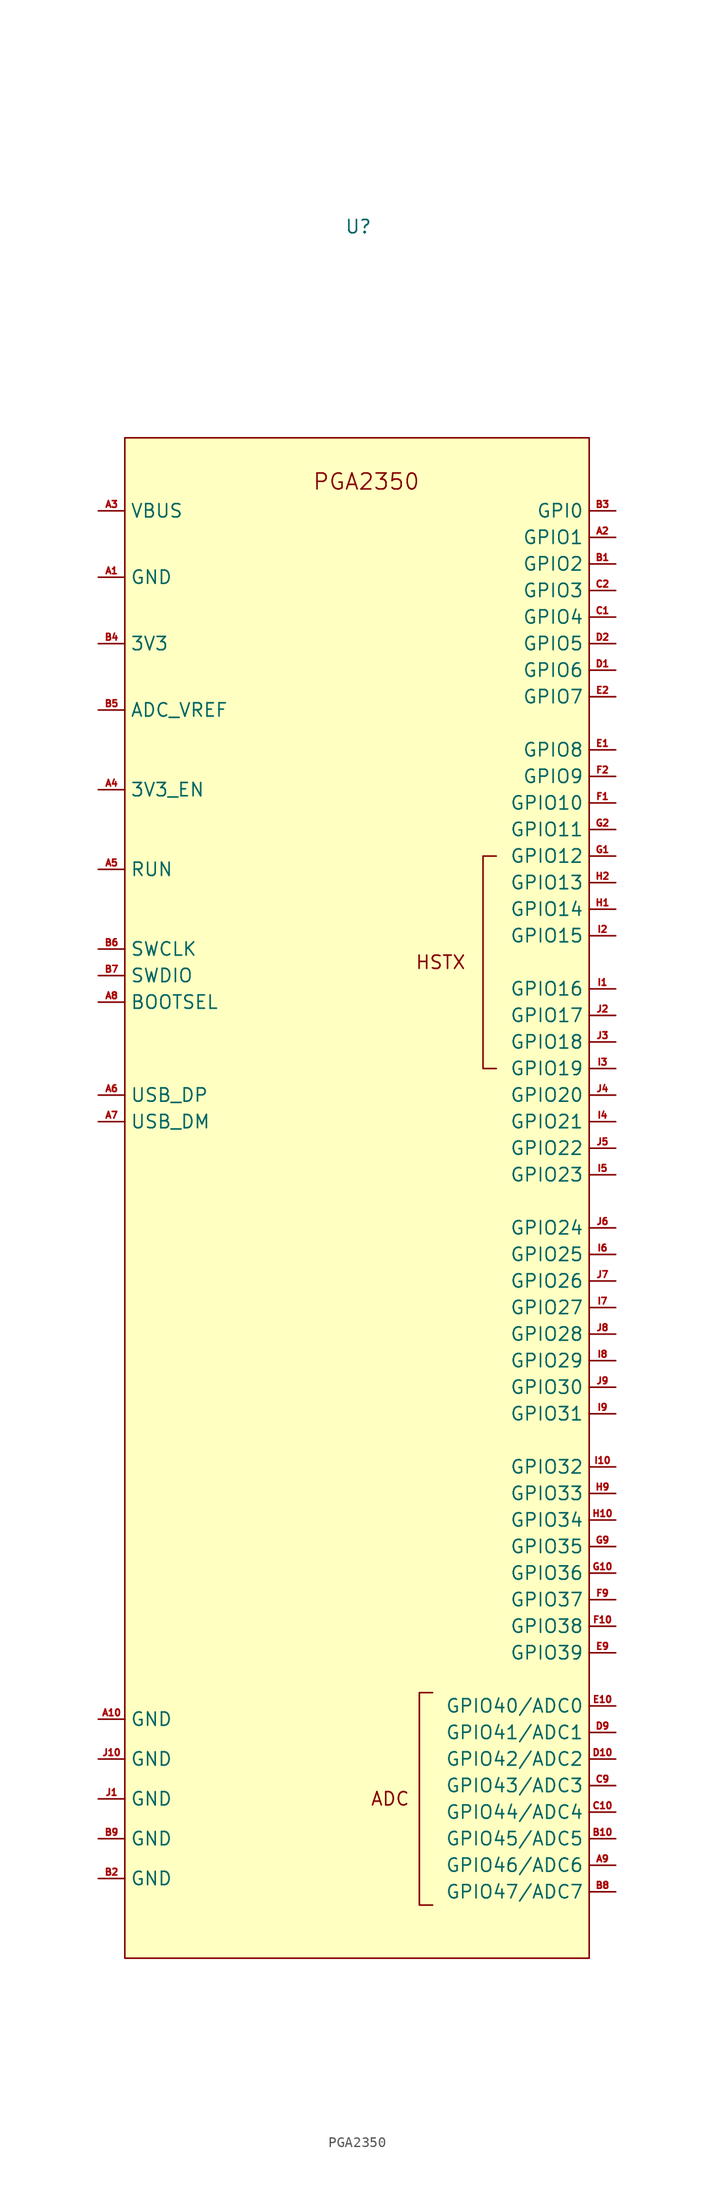
<source format=kicad_sym>
(kicad_symbol_lib
  (version 20231120)
  (generator "kicad_symbol_editor")
  (generator_version "8.0")
  (symbol "PGA2350"
    (property "Reference" "U"
      (at -0.508 95.758 0)
      (effects (font (size 1.27 1.27))))
    (property "Value" ""
      (at 10.16 73.66 0)
      (effects (font (size 1.27 1.27))))
    (symbol "PGA2350_0_1"
      (polyline (pts (xy 6.604 -64.77) (xy 5.334 -64.77) (xy 5.334 -44.45) (xy 6.604 -44.45)) (stroke (width 0) (type default)) (fill (type none)))
      (polyline (pts (xy 12.7 35.56) (xy 11.43 35.56) (xy 11.43 15.24) (xy 12.7 15.24)) (stroke (width 0) (type default)) (fill (type none))))
    (symbol "PGA2350_1_0"
      (pin power_in line (at -25.4 62.23 0) (length 2.54) (name "GND" (effects (font (size 1.27 1.27)))) (number "A1" (effects (font (size 0.635 0.635)))))
      (pin power_in line (at -25.4 -46.99 0) (length 2.54) (name "GND" (effects (font (size 1.27 1.27)))) (number "A10" (effects (font (size 0.635 0.635)))))
      (pin bidirectional line (at 24.13 66.04 180) (length 2.54) (name "GPIO1" (effects (font (size 1.27 1.27)))) (number "A2" (effects (font (size 0.635 0.635)))))
      (pin power_in line (at -25.4 68.58 0) (length 2.54) (name "VBUS" (effects (font (size 1.27 1.27)))) (number "A3" (effects (font (size 0.635 0.635)))))
      (pin input line (at -25.4 41.91 0) (length 2.54) (name "3V3_EN" (effects (font (size 1.27 1.27)))) (number "A4" (effects (font (size 0.635 0.635)))))
      (pin input line (at -25.4 34.29 0) (length 2.54) (name "RUN" (effects (font (size 1.27 1.27)))) (number "A5" (effects (font (size 0.635 0.635)))))
      (pin bidirectional line (at -25.4 12.7 0) (length 2.54) (name "USB_DP" (effects (font (size 1.27 1.27)))) (number "A6" (effects (font (size 0.635 0.635)))))
      (pin bidirectional line (at -25.4 10.16 0) (length 2.54) (name "USB_DM" (effects (font (size 1.27 1.27)))) (number "A7" (effects (font (size 0.635 0.635)))))
      (pin input line (at -25.4 21.59 0) (length 2.54) (name "BOOTSEL" (effects (font (size 1.27 1.27)))) (number "A8" (effects (font (size 0.635 0.635)))))
      (pin bidirectional line (at 24.13 -60.96 180) (length 2.54) (name "GPIO46/ADC6" (effects (font (size 1.27 1.27)))) (number "A9" (effects (font (size 0.635 0.635)))))
      (pin bidirectional line (at 24.13 63.5 180) (length 2.54) (name "GPIO2" (effects (font (size 1.27 1.27)))) (number "B1" (effects (font (size 0.635 0.635)))))
      (pin bidirectional line (at 24.13 -58.42 180) (length 2.54) (name "GPIO45/ADC5" (effects (font (size 1.27 1.27)))) (number "B10" (effects (font (size 0.635 0.635)))))
      (pin power_in line (at -25.4 -62.23 0) (length 2.54) (name "GND" (effects (font (size 1.27 1.27)))) (number "B2" (effects (font (size 0.635 0.635)))))
      (pin power_out line (at -25.4 55.88 0) (length 2.54) (name "3V3" (effects (font (size 1.27 1.27)))) (number "B4" (effects (font (size 0.635 0.635)))))
      (pin power_in line (at -25.4 49.53 0) (length 2.54) (name "ADC_VREF" (effects (font (size 1.27 1.27)))) (number "B5" (effects (font (size 0.635 0.635)))))
      (pin input line (at -25.4 26.67 0) (length 2.54) (name "SWCLK" (effects (font (size 1.27 1.27)))) (number "B6" (effects (font (size 0.635 0.635)))))
      (pin bidirectional line (at -25.4 24.13 0) (length 2.54) (name "SWDIO" (effects (font (size 1.27 1.27)))) (number "B7" (effects (font (size 0.635 0.635)))))
      (pin input line (at 24.13 -63.5 180) (length 2.54) (name "GPIO47/ADC7" (effects (font (size 1.27 1.27)))) (number "B8" (effects (font (size 0.635 0.635)))))
      (pin power_in line (at -25.4 -58.42 0) (length 2.54) (name "GND" (effects (font (size 1.27 1.27)))) (number "B9" (effects (font (size 0.635 0.635)))))
      (pin bidirectional line (at 24.13 58.42 180) (length 2.54) (name "GPIO4" (effects (font (size 1.27 1.27)))) (number "C1" (effects (font (size 0.635 0.635)))))
      (pin bidirectional line (at 24.13 -55.88 180) (length 2.54) (name "GPIO44/ADC4" (effects (font (size 1.27 1.27)))) (number "C10" (effects (font (size 0.635 0.635)))))
      (pin bidirectional line (at 24.13 60.96 180) (length 2.54) (name "GPIO3" (effects (font (size 1.27 1.27)))) (number "C2" (effects (font (size 0.635 0.635)))))
      (pin bidirectional line (at 24.13 -53.34 180) (length 2.54) (name "GPIO43/ADC3" (effects (font (size 1.27 1.27)))) (number "C9" (effects (font (size 0.635 0.635)))))
      (pin bidirectional line (at 24.13 53.34 180) (length 2.54) (name "GPIO6" (effects (font (size 1.27 1.27)))) (number "D1" (effects (font (size 0.635 0.635)))))
      (pin bidirectional line (at 24.13 -50.8 180) (length 2.54) (name "GPIO42/ADC2" (effects (font (size 1.27 1.27)))) (number "D10" (effects (font (size 0.635 0.635)))))
      (pin bidirectional line (at 24.13 55.88 180) (length 2.54) (name "GPIO5" (effects (font (size 1.27 1.27)))) (number "D2" (effects (font (size 0.635 0.635)))))
      (pin bidirectional line (at 24.13 -48.26 180) (length 2.54) (name "GPIO41/ADC1" (effects (font (size 1.27 1.27)))) (number "D9" (effects (font (size 0.635 0.635)))))
      (pin bidirectional line (at 24.13 45.72 180) (length 2.54) (name "GPIO8" (effects (font (size 1.27 1.27)))) (number "E1" (effects (font (size 0.635 0.635)))))
      (pin bidirectional line (at 24.13 -45.72 180) (length 2.54) (name "GPIO40/ADC0" (effects (font (size 1.27 1.27)))) (number "E10" (effects (font (size 0.635 0.635)))))
      (pin bidirectional line (at 24.13 50.8 180) (length 2.54) (name "GPIO7" (effects (font (size 1.27 1.27)))) (number "E2" (effects (font (size 0.635 0.635)))))
      (pin bidirectional line (at 24.13 -40.64 180) (length 2.54) (name "GPIO39" (effects (font (size 1.27 1.27)))) (number "E9" (effects (font (size 0.635 0.635)))))
      (pin bidirectional line (at 24.13 40.64 180) (length 2.54) (name "GPIO10" (effects (font (size 1.27 1.27)))) (number "F1" (effects (font (size 0.635 0.635)))))
      (pin bidirectional line (at 24.13 -38.1 180) (length 2.54) (name "GPIO38" (effects (font (size 1.27 1.27)))) (number "F10" (effects (font (size 0.635 0.635)))))
      (pin bidirectional line (at 24.13 43.18 180) (length 2.54) (name "GPIO9" (effects (font (size 1.27 1.27)))) (number "F2" (effects (font (size 0.635 0.635)))))
      (pin bidirectional line (at 24.13 -35.56 180) (length 2.54) (name "GPIO37" (effects (font (size 1.27 1.27)))) (number "F9" (effects (font (size 0.635 0.635)))))
      (pin bidirectional line (at 24.13 35.56 180) (length 2.54) (name "GPIO12" (effects (font (size 1.27 1.27)))) (number "G1" (effects (font (size 0.635 0.635)))))
      (pin bidirectional line (at 24.13 -33.02 180) (length 2.54) (name "GPIO36" (effects (font (size 1.27 1.27)))) (number "G10" (effects (font (size 0.635 0.635)))))
      (pin bidirectional line (at 24.13 38.1 180) (length 2.54) (name "GPIO11" (effects (font (size 1.27 1.27)))) (number "G2" (effects (font (size 0.635 0.635)))))
      (pin bidirectional line (at 24.13 -30.48 180) (length 2.54) (name "GPIO35" (effects (font (size 1.27 1.27)))) (number "G9" (effects (font (size 0.635 0.635)))))
      (pin bidirectional line (at 24.13 30.48 180) (length 2.54) (name "GPIO14" (effects (font (size 1.27 1.27)))) (number "H1" (effects (font (size 0.635 0.635)))))
      (pin bidirectional line (at 24.13 -27.94 180) (length 2.54) (name "GPIO34" (effects (font (size 1.27 1.27)))) (number "H10" (effects (font (size 0.635 0.635)))))
      (pin bidirectional line (at 24.13 33.02 180) (length 2.54) (name "GPIO13" (effects (font (size 1.27 1.27)))) (number "H2" (effects (font (size 0.635 0.635)))))
      (pin bidirectional line (at 24.13 -25.4 180) (length 2.54) (name "GPIO33" (effects (font (size 1.27 1.27)))) (number "H9" (effects (font (size 0.635 0.635)))))
      (pin bidirectional line (at 24.13 22.86 180) (length 2.54) (name "GPIO16" (effects (font (size 1.27 1.27)))) (number "I1" (effects (font (size 0.635 0.635)))))
      (pin bidirectional line (at 24.13 -22.86 180) (length 2.54) (name "GPIO32" (effects (font (size 1.27 1.27)))) (number "I10" (effects (font (size 0.635 0.635)))))
      (pin bidirectional line (at 24.13 27.94 180) (length 2.54) (name "GPIO15" (effects (font (size 1.27 1.27)))) (number "I2" (effects (font (size 0.635 0.635)))))
      (pin bidirectional line (at 24.13 15.24 180) (length 2.54) (name "GPIO19" (effects (font (size 1.27 1.27)))) (number "I3" (effects (font (size 0.635 0.635)))))
      (pin bidirectional line (at 24.13 10.16 180) (length 2.54) (name "GPIO21" (effects (font (size 1.27 1.27)))) (number "I4" (effects (font (size 0.635 0.635)))))
      (pin bidirectional line (at 24.13 5.08 180) (length 2.54) (name "GPIO23" (effects (font (size 1.27 1.27)))) (number "I5" (effects (font (size 0.635 0.635)))))
      (pin bidirectional line (at 24.13 -2.54 180) (length 2.54) (name "GPIO25" (effects (font (size 1.27 1.27)))) (number "I6" (effects (font (size 0.635 0.635)))))
      (pin bidirectional line (at 24.13 -7.62 180) (length 2.54) (name "GPIO27" (effects (font (size 1.27 1.27)))) (number "I7" (effects (font (size 0.635 0.635)))))
      (pin bidirectional line (at 24.13 -12.7 180) (length 2.54) (name "GPIO29" (effects (font (size 1.27 1.27)))) (number "I8" (effects (font (size 0.635 0.635)))))
      (pin bidirectional line (at 24.13 -17.78 180) (length 2.54) (name "GPIO31" (effects (font (size 1.27 1.27)))) (number "I9" (effects (font (size 0.635 0.635)))))
      (pin power_in line (at -25.4 -54.61 0) (length 2.54) (name "GND" (effects (font (size 1.27 1.27)))) (number "J1" (effects (font (size 0.635 0.635)))))
      (pin power_in line (at -25.4 -50.8 0) (length 2.54) (name "GND" (effects (font (size 1.27 1.27)))) (number "J10" (effects (font (size 0.635 0.635)))))
      (pin bidirectional line (at 24.13 20.32 180) (length 2.54) (name "GPIO17" (effects (font (size 1.27 1.27)))) (number "J2" (effects (font (size 0.635 0.635)))))
      (pin bidirectional line (at 24.13 17.78 180) (length 2.54) (name "GPIO18" (effects (font (size 1.27 1.27)))) (number "J3" (effects (font (size 0.635 0.635)))))
      (pin bidirectional line (at 24.13 12.7 180) (length 2.54) (name "GPIO20" (effects (font (size 1.27 1.27)))) (number "J4" (effects (font (size 0.635 0.635)))))
      (pin bidirectional line (at 24.13 7.62 180) (length 2.54) (name "GPIO22" (effects (font (size 1.27 1.27)))) (number "J5" (effects (font (size 0.635 0.635)))))
      (pin bidirectional line (at 24.13 0 180) (length 2.54) (name "GPIO24" (effects (font (size 1.27 1.27)))) (number "J6" (effects (font (size 0.635 0.635)))))
      (pin bidirectional line (at 24.13 -5.08 180) (length 2.54) (name "GPIO26" (effects (font (size 1.27 1.27)))) (number "J7" (effects (font (size 0.635 0.635)))))
      (pin bidirectional line (at 24.13 -10.16 180) (length 2.54) (name "GPIO28" (effects (font (size 1.27 1.27)))) (number "J8" (effects (font (size 0.635 0.635)))))
      (pin bidirectional line (at 24.13 -15.24 180) (length 2.54) (name "GPIO30" (effects (font (size 1.27 1.27)))) (number "J9" (effects (font (size 0.635 0.635))))))
    (symbol "PGA2350_1_1"
      (rectangle (start -22.86 75.565) (end 21.59 -69.85) (stroke (width 0) (type default)) (fill (type background)))
      (text "ADC" (at 2.54 -54.61 0) (effects (font (size 1.27 1.27))))
      (text "HSTX" (at 7.366 25.4 0) (effects (font (size 1.27 1.27))))
      (text "PGA2350" (at 0.254 71.374 0) (effects (font (size 1.524 1.524))))
      (pin bidirectional line (at 24.13 68.58 180) (length 2.54) (name "GPI0" (effects (font (size 1.27 1.27)))) (number "B3" (effects (font (size 0.635 0.635))))))))
</source>
